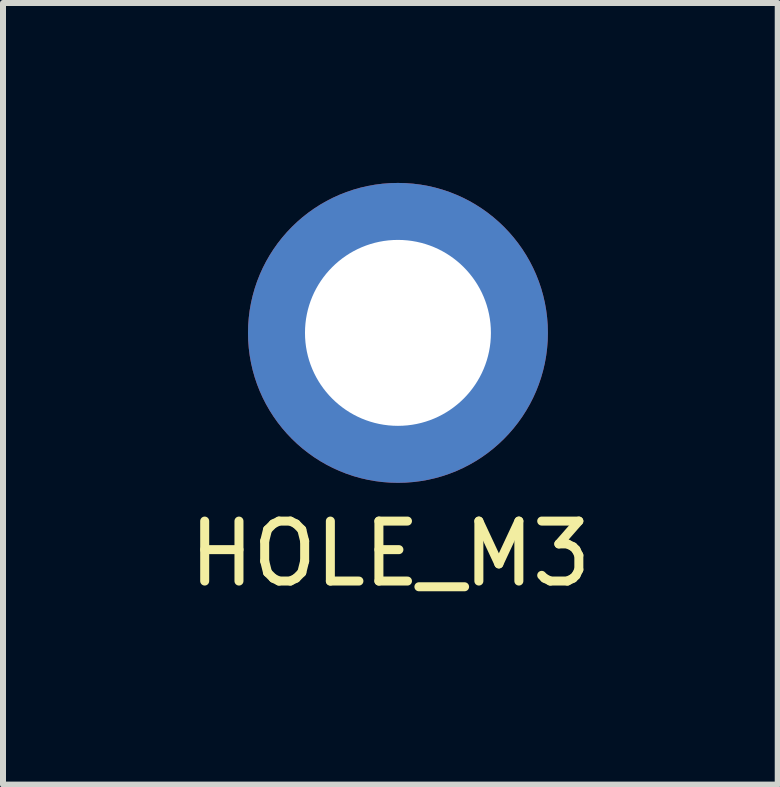
<source format=kicad_pcb>
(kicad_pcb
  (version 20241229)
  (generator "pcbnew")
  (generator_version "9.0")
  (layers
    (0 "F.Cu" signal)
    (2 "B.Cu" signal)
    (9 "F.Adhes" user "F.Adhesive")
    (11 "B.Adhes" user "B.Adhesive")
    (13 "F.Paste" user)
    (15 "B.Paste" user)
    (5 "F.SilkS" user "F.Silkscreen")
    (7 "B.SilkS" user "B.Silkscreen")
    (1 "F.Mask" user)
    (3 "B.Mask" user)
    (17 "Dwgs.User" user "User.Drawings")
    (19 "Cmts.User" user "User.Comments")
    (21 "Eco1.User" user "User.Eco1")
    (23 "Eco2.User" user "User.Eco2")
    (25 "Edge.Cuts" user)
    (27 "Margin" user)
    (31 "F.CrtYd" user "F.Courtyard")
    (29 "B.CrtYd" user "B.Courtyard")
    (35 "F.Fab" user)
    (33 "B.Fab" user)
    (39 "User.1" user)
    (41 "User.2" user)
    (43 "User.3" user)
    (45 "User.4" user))
  (footprint "HOLE_M3"
    (layer "F.Cu")
    (at 3.585 2.5)
    (property "Reference" "HOLE_M3" (at -0.127 3.683 0) (layer "F.SilkS") (effects (font (size 1 1) (thickness 0.15))))
    (attr through_hole)
    (pad "1" thru_hole circle (at 0 0) (size 5 5) (drill 3.1) (layers "*.Cu" "*.Mask")))
  (gr_rect
    (start -3 -3)
    (end 9.917 10.031)
    (stroke (width 0.1) (type default))
    (fill no)
    (layer "Edge.Cuts")))
</source>
